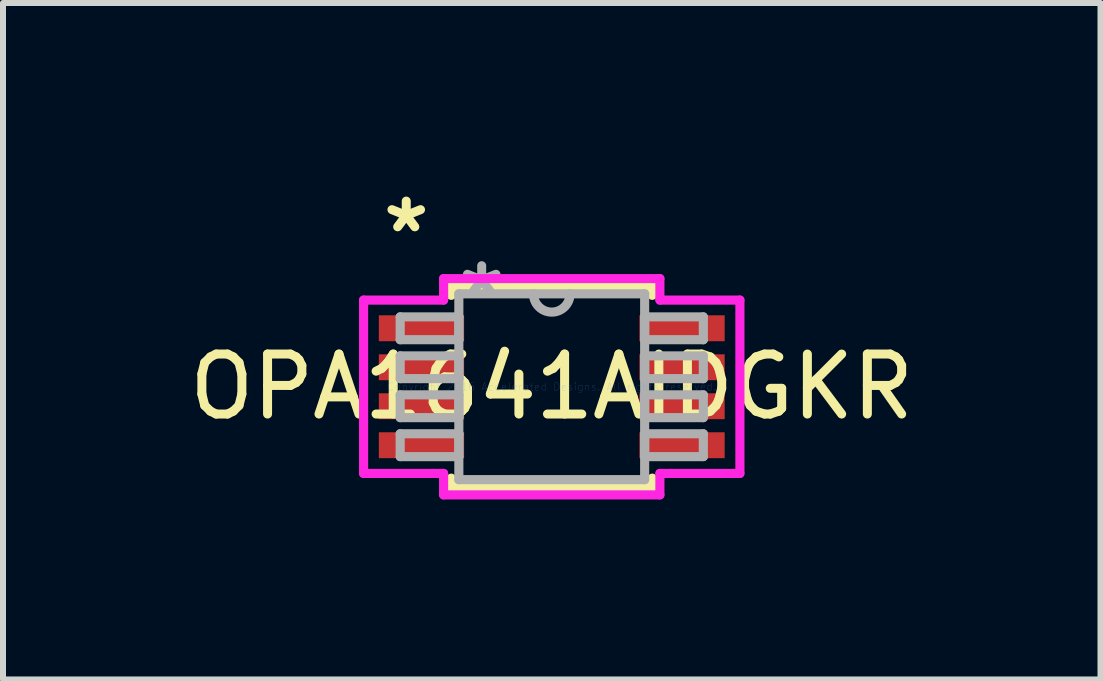
<source format=kicad_pcb>
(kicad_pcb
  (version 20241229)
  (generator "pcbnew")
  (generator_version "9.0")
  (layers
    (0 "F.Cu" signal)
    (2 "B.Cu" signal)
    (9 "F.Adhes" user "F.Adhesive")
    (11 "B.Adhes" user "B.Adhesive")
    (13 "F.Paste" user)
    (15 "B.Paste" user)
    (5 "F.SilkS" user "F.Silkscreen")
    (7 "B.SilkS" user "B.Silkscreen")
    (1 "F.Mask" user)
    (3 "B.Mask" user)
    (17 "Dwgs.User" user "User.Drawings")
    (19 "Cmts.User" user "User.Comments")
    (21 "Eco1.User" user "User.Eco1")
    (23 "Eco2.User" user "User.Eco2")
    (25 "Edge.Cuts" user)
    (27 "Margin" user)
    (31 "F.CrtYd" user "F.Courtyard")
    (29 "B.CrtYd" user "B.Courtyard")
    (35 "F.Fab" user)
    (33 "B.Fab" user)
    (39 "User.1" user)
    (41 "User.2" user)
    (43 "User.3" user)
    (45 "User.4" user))
  (footprint "OPA1641AIDGKR"
    (layer "F.Cu")
    (at 6.149 3.398)
    (property "Reference" "OPA1641AIDGKR" (at 0 0 0) (layer "F.SilkS") (effects (font (size 1 1) (thickness 0.15))))
    (attr through_hole)
    (fp_line (start -1.676 -1.676) (end -1.676 -1.524) (stroke (width 0.152) (type solid)) (layer "F.SilkS"))
    (fp_line (start -1.676 1.524) (end -1.676 1.676) (stroke (width 0.152) (type solid)) (layer "F.SilkS"))
    (fp_line (start -1.676 1.676) (end 1.676 1.676) (stroke (width 0.152) (type solid)) (layer "F.SilkS"))
    (fp_line (start 1.676 -1.676) (end -1.676 -1.676) (stroke (width 0.152) (type solid)) (layer "F.SilkS"))
    (fp_line (start 1.676 -1.524) (end 1.676 -1.676) (stroke (width 0.152) (type solid)) (layer "F.SilkS"))
    (fp_line (start 1.676 1.676) (end 1.676 1.524) (stroke (width 0.152) (type solid)) (layer "F.SilkS"))
    (fp_line (start -3.137 -1.445) (end -1.803 -1.445) (stroke (width 0.152) (type solid)) (layer "F.CrtYd"))
    (fp_line (start -3.137 1.445) (end -3.137 -1.445) (stroke (width 0.152) (type solid)) (layer "F.CrtYd"))
    (fp_line (start -1.803 -1.803) (end 1.803 -1.803) (stroke (width 0.152) (type solid)) (layer "F.CrtYd"))
    (fp_line (start -1.803 -1.445) (end -1.803 -1.803) (stroke (width 0.152) (type solid)) (layer "F.CrtYd"))
    (fp_line (start -1.803 1.445) (end -3.137 1.445) (stroke (width 0.152) (type solid)) (layer "F.CrtYd"))
    (fp_line (start -1.803 1.803) (end -1.803 1.445) (stroke (width 0.152) (type solid)) (layer "F.CrtYd"))
    (fp_line (start 1.803 -1.803) (end 1.803 -1.445) (stroke (width 0.152) (type solid)) (layer "F.CrtYd"))
    (fp_line (start 1.803 -1.445) (end 3.137 -1.445) (stroke (width 0.152) (type solid)) (layer "F.CrtYd"))
    (fp_line (start 1.803 1.445) (end 1.803 1.803) (stroke (width 0.152) (type solid)) (layer "F.CrtYd"))
    (fp_line (start 1.803 1.803) (end -1.803 1.803) (stroke (width 0.152) (type solid)) (layer "F.CrtYd"))
    (fp_line (start 3.137 -1.445) (end 3.137 1.445) (stroke (width 0.152) (type solid)) (layer "F.CrtYd"))
    (fp_line (start 3.137 1.445) (end 1.803 1.445) (stroke (width 0.152) (type solid)) (layer "F.CrtYd"))
    (fp_line (start -2.527 -1.165) (end -2.527 -0.784) (stroke (width 0.152) (type solid)) (layer "F.Fab"))
    (fp_line (start -2.527 -0.784) (end -1.549 -0.784) (stroke (width 0.152) (type solid)) (layer "F.Fab"))
    (fp_line (start -2.527 -0.515) (end -2.527 -0.135) (stroke (width 0.152) (type solid)) (layer "F.Fab"))
    (fp_line (start -2.527 -0.135) (end -1.549 -0.135) (stroke (width 0.152) (type solid)) (layer "F.Fab"))
    (fp_line (start -2.527 0.135) (end -2.527 0.515) (stroke (width 0.152) (type solid)) (layer "F.Fab"))
    (fp_line (start -2.527 0.515) (end -1.549 0.515) (stroke (width 0.152) (type solid)) (layer "F.Fab"))
    (fp_line (start -2.527 0.784) (end -2.527 1.165) (stroke (width 0.152) (type solid)) (layer "F.Fab"))
    (fp_line (start -2.527 1.165) (end -1.549 1.165) (stroke (width 0.152) (type solid)) (layer "F.Fab"))
    (fp_line (start -1.549 -1.549) (end -1.549 1.549) (stroke (width 0.152) (type solid)) (layer "F.Fab"))
    (fp_line (start -1.549 -1.165) (end -2.527 -1.165) (stroke (width 0.152) (type solid)) (layer "F.Fab"))
    (fp_line (start -1.549 -0.784) (end -1.549 -1.165) (stroke (width 0.152) (type solid)) (layer "F.Fab"))
    (fp_line (start -1.549 -0.515) (end -2.527 -0.515) (stroke (width 0.152) (type solid)) (layer "F.Fab"))
    (fp_line (start -1.549 -0.135) (end -1.549 -0.515) (stroke (width 0.152) (type solid)) (layer "F.Fab"))
    (fp_line (start -1.549 0.135) (end -2.527 0.135) (stroke (width 0.152) (type solid)) (layer "F.Fab"))
    (fp_line (start -1.549 0.515) (end -1.549 0.135) (stroke (width 0.152) (type solid)) (layer "F.Fab"))
    (fp_line (start -1.549 0.784) (end -2.527 0.784) (stroke (width 0.152) (type solid)) (layer "F.Fab"))
    (fp_line (start -1.549 1.165) (end -1.549 0.784) (stroke (width 0.152) (type solid)) (layer "F.Fab"))
    (fp_line (start -1.549 1.549) (end 1.549 1.549) (stroke (width 0.152) (type solid)) (layer "F.Fab"))
    (fp_line (start 1.549 -1.549) (end -1.549 -1.549) (stroke (width 0.152) (type solid)) (layer "F.Fab"))
    (fp_line (start 1.549 -1.165) (end 1.549 -0.784) (stroke (width 0.152) (type solid)) (layer "F.Fab"))
    (fp_line (start 1.549 -0.784) (end 2.527 -0.784) (stroke (width 0.152) (type solid)) (layer "F.Fab"))
    (fp_line (start 1.549 -0.515) (end 1.549 -0.135) (stroke (width 0.152) (type solid)) (layer "F.Fab"))
    (fp_line (start 1.549 -0.135) (end 2.527 -0.135) (stroke (width 0.152) (type solid)) (layer "F.Fab"))
    (fp_line (start 1.549 0.135) (end 1.549 0.515) (stroke (width 0.152) (type solid)) (layer "F.Fab"))
    (fp_line (start 1.549 0.515) (end 2.527 0.515) (stroke (width 0.152) (type solid)) (layer "F.Fab"))
    (fp_line (start 1.549 0.784) (end 1.549 1.165) (stroke (width 0.152) (type solid)) (layer "F.Fab"))
    (fp_line (start 1.549 1.165) (end 2.527 1.165) (stroke (width 0.152) (type solid)) (layer "F.Fab"))
    (fp_line (start 1.549 1.549) (end 1.549 -1.549) (stroke (width 0.152) (type solid)) (layer "F.Fab"))
    (fp_line (start 2.527 -1.165) (end 1.549 -1.165) (stroke (width 0.152) (type solid)) (layer "F.Fab"))
    (fp_line (start 2.527 -0.784) (end 2.527 -1.165) (stroke (width 0.152) (type solid)) (layer "F.Fab"))
    (fp_line (start 2.527 -0.515) (end 1.549 -0.515) (stroke (width 0.152) (type solid)) (layer "F.Fab"))
    (fp_line (start 2.527 -0.135) (end 2.527 -0.515) (stroke (width 0.152) (type solid)) (layer "F.Fab"))
    (fp_line (start 2.527 0.135) (end 1.549 0.135) (stroke (width 0.152) (type solid)) (layer "F.Fab"))
    (fp_line (start 2.527 0.515) (end 2.527 0.135) (stroke (width 0.152) (type solid)) (layer "F.Fab"))
    (fp_line (start 2.527 0.784) (end 1.549 0.784) (stroke (width 0.152) (type solid)) (layer "F.Fab"))
    (fp_line (start 2.527 1.165) (end 2.527 0.784) (stroke (width 0.152) (type solid)) (layer "F.Fab"))
    (fp_arc (start 0.3048 -1.5494) (mid 0 -1.2446) (end -0.3048 -1.5494) (stroke (width 0.1524) (type solid)) (layer "F.Fab"))
    (fp_text user "*" (at -2.426 -2.55 0) (layer "F.SilkS") (effects (font (size 1 1) (thickness 0.15))))
    (fp_text user "Copyright 2016 Accelerated Designs. All rights reserved." (at 0 0 0) (layer "Cmts.User") (effects (font (size 0.127 0.127) (thickness 0.002))))
    (fp_text user "*" (at -1.168 -1.473 0) (layer "F.Fab") (effects (font (size 1 1) (thickness 0.15))))
    (pad "1" smd rect (at -2.172 -0.975) (size 1.422 0.432) (layers "F.Cu" "F.Mask" "F.Paste"))
    (pad "2" smd rect (at -2.172 -0.325) (size 1.422 0.432) (layers "F.Cu" "F.Mask" "F.Paste"))
    (pad "3" smd rect (at -2.172 0.325) (size 1.422 0.432) (layers "F.Cu" "F.Mask" "F.Paste"))
    (pad "4" smd rect (at -2.172 0.975) (size 1.422 0.432) (layers "F.Cu" "F.Mask" "F.Paste"))
    (pad "5" smd rect (at 2.172 0.975) (size 1.422 0.432) (layers "F.Cu" "F.Mask" "F.Paste"))
    (pad "6" smd rect (at 2.172 0.325) (size 1.422 0.432) (layers "F.Cu" "F.Mask" "F.Paste"))
    (pad "7" smd rect (at 2.172 -0.325) (size 1.422 0.432) (layers "F.Cu" "F.Mask" "F.Paste"))
    (pad "8" smd rect (at 2.172 -0.975) (size 1.422 0.432) (layers "F.Cu" "F.Mask" "F.Paste")))
  (gr_rect
    (start -3 -3)
    (end 15.298 8.278)
    (stroke (width 0.1) (type default))
    (fill no)
    (layer "Edge.Cuts")))
</source>
